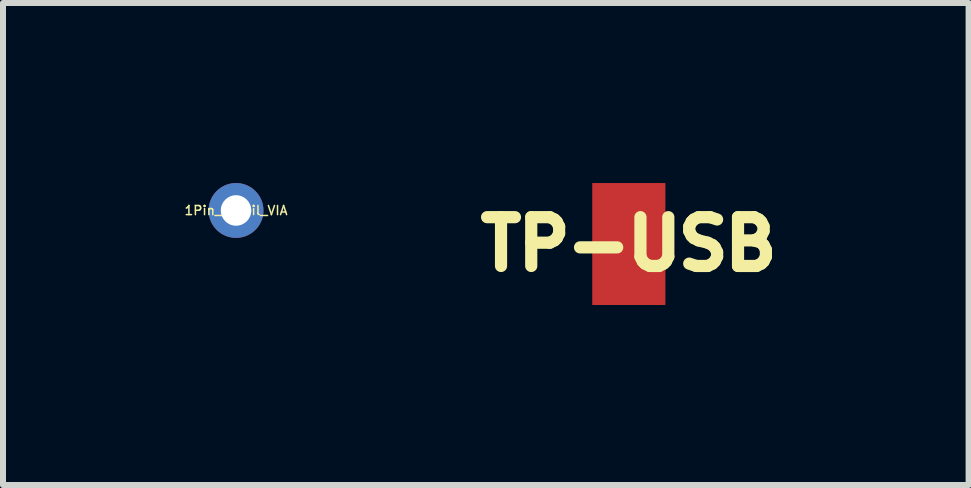
<source format=kicad_pcb>
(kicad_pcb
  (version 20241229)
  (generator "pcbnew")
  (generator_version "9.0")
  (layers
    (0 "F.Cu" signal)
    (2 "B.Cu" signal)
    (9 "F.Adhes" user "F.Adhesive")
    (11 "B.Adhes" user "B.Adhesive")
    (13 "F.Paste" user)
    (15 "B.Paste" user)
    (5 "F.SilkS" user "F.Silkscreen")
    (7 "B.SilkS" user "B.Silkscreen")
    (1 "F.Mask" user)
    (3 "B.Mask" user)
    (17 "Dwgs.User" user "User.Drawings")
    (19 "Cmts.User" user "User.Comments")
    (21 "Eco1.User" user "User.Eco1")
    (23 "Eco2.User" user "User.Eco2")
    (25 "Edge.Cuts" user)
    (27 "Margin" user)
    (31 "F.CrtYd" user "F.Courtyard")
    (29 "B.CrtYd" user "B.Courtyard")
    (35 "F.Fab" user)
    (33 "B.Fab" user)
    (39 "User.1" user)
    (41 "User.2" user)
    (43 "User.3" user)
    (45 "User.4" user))
  (footprint "TP-USB"
    (layer "F.Cu")
    (at 7.428 1.016)
    (property "Reference" "TP-USB" (at 0 0 0) (layer "F.SilkS") (effects (font (size 0.813 0.813) (thickness 0.203))))
    (attr through_hole)
    (pad "1" smd rect (at 0 0) (size 1.219 2.032) (layers "F.Cu" "F.Mask")))
  (footprint "1Pin_15mil_VIA"
    (layer "F.Cu")
    (at 0.883 0.457)
    (property "Reference" "1Pin_15mil_VIA" (at 0 0 0) (layer "F.SilkS") (effects (font (size 0.152 0.152) (thickness 0.025))))
    (attr through_hole)
    (pad "1" thru_hole circle (at 0 0) (size 0.914 0.914) (drill 0.508) (layers "*.Cu")))
  (gr_rect
    (start -3 -3)
    (end 13.09 5.032)
    (stroke (width 0.1) (type default))
    (fill no)
    (layer "Edge.Cuts")))
</source>
